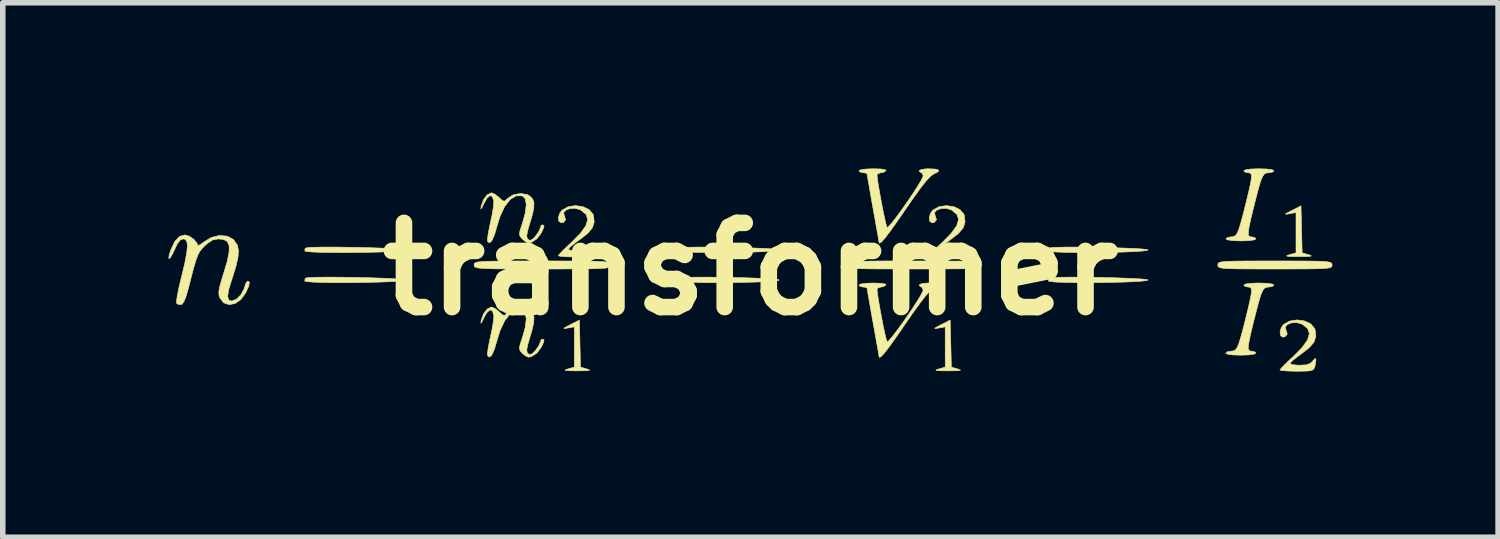
<source format=kicad_pcb>
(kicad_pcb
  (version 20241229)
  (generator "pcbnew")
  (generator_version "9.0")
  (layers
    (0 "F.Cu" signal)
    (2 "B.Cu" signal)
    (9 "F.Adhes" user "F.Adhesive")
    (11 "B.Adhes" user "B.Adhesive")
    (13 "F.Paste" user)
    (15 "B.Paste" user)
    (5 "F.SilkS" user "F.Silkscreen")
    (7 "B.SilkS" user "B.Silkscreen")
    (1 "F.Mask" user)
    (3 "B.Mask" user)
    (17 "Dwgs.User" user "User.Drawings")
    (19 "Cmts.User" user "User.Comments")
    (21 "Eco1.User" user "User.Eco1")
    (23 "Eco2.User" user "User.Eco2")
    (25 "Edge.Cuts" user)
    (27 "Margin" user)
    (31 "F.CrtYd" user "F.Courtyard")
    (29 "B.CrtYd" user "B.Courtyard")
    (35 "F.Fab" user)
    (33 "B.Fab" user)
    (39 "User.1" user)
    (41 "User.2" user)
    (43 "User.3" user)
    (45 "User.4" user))
  (footprint "transformer"
    (layer "F.Cu")
    (at 10.54 1.819)
    (property "Reference" "transformer" (at 0 0 0) (layer "F.SilkS") (effects (font (size 1.524 1.524) (thickness 0.3))))
    (attr through_hole)
    (fp_poly (pts (xy -3.092 1.351) (xy -3.082 1.776) (xy -2.965 1.81) (xy -2.919 1.827) (xy -2.924 1.837) (xy -2.987 1.842) (xy -3.115 1.844) (xy -3.139 1.844) (xy -3.276 1.843) (xy -3.348 1.838) (xy -3.361 1.829) (xy -3.323 1.813) (xy -3.311 1.81) (xy -3.193 1.776) (xy -3.193 1.047) (xy -3.311 1.069) (xy -3.374 1.079) (xy -3.382 1.072) (xy -3.333 1.042) (xy -3.266 1.008) (xy -3.102 0.925) (xy -3.092 1.351)) (stroke (width 0.01) (type solid)) (fill yes) (layer "F.SilkS"))
    (fp_poly (pts (xy 3.621 1.351) (xy 3.631 1.776) (xy 3.748 1.81) (xy 3.794 1.827) (xy 3.789 1.837) (xy 3.726 1.842) (xy 3.598 1.844) (xy 3.574 1.844) (xy 3.437 1.843) (xy 3.365 1.838) (xy 3.351 1.829) (xy 3.39 1.813) (xy 3.402 1.81) (xy 3.52 1.776) (xy 3.52 1.047) (xy 3.402 1.069) (xy 3.339 1.079) (xy 3.33 1.072) (xy 3.38 1.042) (xy 3.447 1.008) (xy 3.61 0.925) (xy 3.621 1.351)) (stroke (width 0.01) (type solid)) (fill yes) (layer "F.SilkS"))
    (fp_poly (pts (xy 9.971 -0.717) (xy 9.981 -0.292) (xy 10.098 -0.258) (xy 10.144 -0.242) (xy 10.139 -0.231) (xy 10.076 -0.226) (xy 9.948 -0.224) (xy 9.924 -0.224) (xy 9.787 -0.225) (xy 9.715 -0.23) (xy 9.701 -0.239) (xy 9.74 -0.255) (xy 9.752 -0.258) (xy 9.87 -0.292) (xy 9.87 -1.022) (xy 9.752 -1) (xy 9.689 -0.99) (xy 9.68 -0.997) (xy 9.73 -1.026) (xy 9.797 -1.06) (xy 9.96 -1.143) (xy 9.971 -0.717)) (stroke (width 0.01) (type solid)) (fill yes) (layer "F.SilkS"))
    (fp_poly (pts (xy -7.534 -0.397) (xy -7.324 -0.394) (xy -7.106 -0.391) (xy -6.89 -0.385) (xy -6.689 -0.378) (xy -6.514 -0.371) (xy -6.378 -0.362) (xy -6.293 -0.353) (xy -6.268 -0.345) (xy -6.306 -0.333) (xy -6.404 -0.322) (xy -6.55 -0.314) (xy -6.733 -0.306) (xy -6.941 -0.301) (xy -7.161 -0.298) (xy -7.382 -0.297) (xy -7.591 -0.298) (xy -7.777 -0.301) (xy -7.927 -0.307) (xy -8.03 -0.315) (xy -8.073 -0.326) (xy -8.073 -0.326) (xy -8.067 -0.369) (xy -8.048 -0.382) (xy -7.992 -0.39) (xy -7.88 -0.394) (xy -7.724 -0.397) (xy -7.534 -0.397)) (stroke (width 0.01) (type solid)) (fill yes) (layer "F.SilkS"))
    (fp_poly (pts (xy -7.534 0.148) (xy -7.324 0.15) (xy -7.106 0.154) (xy -6.89 0.159) (xy -6.689 0.166) (xy -6.514 0.174) (xy -6.378 0.182) (xy -6.293 0.191) (xy -6.268 0.2) (xy -6.306 0.211) (xy -6.404 0.222) (xy -6.55 0.231) (xy -6.733 0.238) (xy -6.941 0.243) (xy -7.161 0.246) (xy -7.382 0.248) (xy -7.591 0.247) (xy -7.777 0.243) (xy -7.927 0.238) (xy -8.03 0.229) (xy -8.073 0.218) (xy -8.073 0.218) (xy -8.067 0.175) (xy -8.048 0.162) (xy -7.992 0.155) (xy -7.88 0.15) (xy -7.724 0.148) (xy -7.534 0.148)) (stroke (width 0.01) (type solid)) (fill yes) (layer "F.SilkS"))
    (fp_poly (pts (xy -0.749 -0.397) (xy -0.539 -0.394) (xy -0.32 -0.391) (xy -0.104 -0.385) (xy 0.097 -0.378) (xy 0.271 -0.371) (xy 0.407 -0.362) (xy 0.493 -0.353) (xy 0.517 -0.345) (xy 0.48 -0.333) (xy 0.382 -0.322) (xy 0.235 -0.314) (xy 0.052 -0.306) (xy -0.155 -0.301) (xy -0.376 -0.298) (xy -0.596 -0.297) (xy -0.806 -0.298) (xy -0.991 -0.301) (xy -1.142 -0.307) (xy -1.244 -0.315) (xy -1.288 -0.326) (xy -1.288 -0.326) (xy -1.282 -0.369) (xy -1.263 -0.382) (xy -1.207 -0.39) (xy -1.095 -0.394) (xy -0.938 -0.397) (xy -0.749 -0.397)) (stroke (width 0.01) (type solid)) (fill yes) (layer "F.SilkS"))
    (fp_poly (pts (xy -0.749 0.148) (xy -0.539 0.15) (xy -0.32 0.154) (xy -0.104 0.159) (xy 0.097 0.166) (xy 0.271 0.174) (xy 0.407 0.182) (xy 0.493 0.191) (xy 0.517 0.2) (xy 0.48 0.211) (xy 0.382 0.222) (xy 0.235 0.231) (xy 0.052 0.238) (xy -0.155 0.243) (xy -0.376 0.246) (xy -0.596 0.248) (xy -0.806 0.247) (xy -0.991 0.243) (xy -1.142 0.238) (xy -1.244 0.229) (xy -1.288 0.218) (xy -1.288 0.218) (xy -1.282 0.175) (xy -1.263 0.162) (xy -1.207 0.155) (xy -1.095 0.15) (xy -0.938 0.148) (xy -0.749 0.148)) (stroke (width 0.01) (type solid)) (fill yes) (layer "F.SilkS"))
    (fp_poly (pts (xy 5.928 -0.397) (xy 6.138 -0.394) (xy 6.356 -0.391) (xy 6.572 -0.385) (xy 6.773 -0.378) (xy 6.948 -0.371) (xy 7.084 -0.362) (xy 7.169 -0.353) (xy 7.194 -0.345) (xy 7.156 -0.333) (xy 7.058 -0.322) (xy 6.912 -0.314) (xy 6.729 -0.306) (xy 6.521 -0.301) (xy 6.301 -0.298) (xy 6.08 -0.297) (xy 5.871 -0.298) (xy 5.685 -0.301) (xy 5.535 -0.307) (xy 5.432 -0.315) (xy 5.389 -0.326) (xy 5.389 -0.326) (xy 5.395 -0.369) (xy 5.414 -0.382) (xy 5.47 -0.39) (xy 5.582 -0.394) (xy 5.738 -0.397) (xy 5.928 -0.397)) (stroke (width 0.01) (type solid)) (fill yes) (layer "F.SilkS"))
    (fp_poly (pts (xy 5.928 0.148) (xy 6.138 0.15) (xy 6.356 0.154) (xy 6.572 0.159) (xy 6.773 0.166) (xy 6.948 0.174) (xy 7.084 0.182) (xy 7.169 0.191) (xy 7.194 0.2) (xy 7.156 0.211) (xy 7.058 0.222) (xy 6.912 0.231) (xy 6.729 0.238) (xy 6.521 0.243) (xy 6.301 0.246) (xy 6.08 0.248) (xy 5.871 0.247) (xy 5.685 0.243) (xy 5.535 0.238) (xy 5.432 0.229) (xy 5.389 0.218) (xy 5.389 0.218) (xy 5.395 0.175) (xy 5.414 0.162) (xy 5.47 0.155) (xy 5.582 0.15) (xy 5.738 0.148) (xy 5.928 0.148)) (stroke (width 0.01) (type solid)) (fill yes) (layer "F.SilkS"))
    (fp_poly (pts (xy -3.442 -0.145) (xy -3.176 -0.144) (xy -2.968 -0.143) (xy -2.812 -0.14) (xy -2.699 -0.135) (xy -2.622 -0.128) (xy -2.575 -0.119) (xy -2.551 -0.106) (xy -2.541 -0.09) (xy -2.54 -0.073) (xy -2.542 -0.053) (xy -2.553 -0.037) (xy -2.579 -0.025) (xy -2.628 -0.016) (xy -2.708 -0.009) (xy -2.825 -0.005) (xy -2.987 -0.002) (xy -3.2 -0.001) (xy -3.472 -0.000087) (xy -3.774 0) (xy -4.105 -0.000114) (xy -4.371 -0.001) (xy -4.579 -0.002) (xy -4.736 -0.005) (xy -4.849 -0.01) (xy -4.925 -0.017) (xy -4.972 -0.026) (xy -4.997 -0.039) (xy -5.006 -0.055) (xy -5.007 -0.073) (xy -5.005 -0.092) (xy -4.995 -0.108) (xy -4.968 -0.12) (xy -4.919 -0.129) (xy -4.839 -0.136) (xy -4.722 -0.14) (xy -4.561 -0.143) (xy -4.347 -0.145) (xy -4.075 -0.145) (xy -3.774 -0.145) (xy -3.442 -0.145)) (stroke (width 0.01) (type solid)) (fill yes) (layer "F.SilkS"))
    (fp_poly (pts (xy 3.286 -0.145) (xy 3.549 -0.144) (xy 3.755 -0.143) (xy 3.909 -0.14) (xy 4.02 -0.135) (xy 4.094 -0.128) (xy 4.14 -0.118) (xy 4.163 -0.105) (xy 4.172 -0.089) (xy 4.173 -0.073) (xy 4.171 -0.053) (xy 4.16 -0.037) (xy 4.134 -0.025) (xy 4.084 -0.016) (xy 4.003 -0.009) (xy 3.885 -0.005) (xy 3.722 -0.002) (xy 3.507 -0.001) (xy 3.233 -0.000071) (xy 2.957 0) (xy 2.629 -0.000117) (xy 2.365 -0.001) (xy 2.16 -0.002) (xy 2.005 -0.005) (xy 1.895 -0.01) (xy 1.82 -0.017) (xy 1.775 -0.027) (xy 1.752 -0.04) (xy 1.743 -0.056) (xy 1.742 -0.073) (xy 1.744 -0.092) (xy 1.754 -0.108) (xy 1.781 -0.12) (xy 1.831 -0.129) (xy 1.911 -0.136) (xy 2.029 -0.14) (xy 2.192 -0.143) (xy 2.407 -0.145) (xy 2.682 -0.145) (xy 2.957 -0.145) (xy 3.286 -0.145)) (stroke (width 0.01) (type solid)) (fill yes) (layer "F.SilkS"))
    (fp_poly (pts (xy 9.789 -0.145) (xy 10.025 -0.144) (xy 10.204 -0.142) (xy 10.334 -0.138) (xy 10.423 -0.132) (xy 10.478 -0.123) (xy 10.508 -0.111) (xy 10.52 -0.094) (xy 10.523 -0.073) (xy 10.523 -0.073) (xy 10.521 -0.051) (xy 10.509 -0.035) (xy 10.48 -0.022) (xy 10.425 -0.013) (xy 10.337 -0.007) (xy 10.209 -0.003) (xy 10.031 -0.001) (xy 9.797 -0.000166) (xy 9.498 0) (xy 9.489 0) (xy 9.188 -0.000155) (xy 8.952 -0.001) (xy 8.773 -0.003) (xy 8.643 -0.007) (xy 8.554 -0.013) (xy 8.499 -0.022) (xy 8.469 -0.035) (xy 8.457 -0.051) (xy 8.455 -0.072) (xy 8.455 -0.073) (xy 8.457 -0.094) (xy 8.469 -0.11) (xy 8.498 -0.123) (xy 8.552 -0.132) (xy 8.64 -0.138) (xy 8.769 -0.142) (xy 8.946 -0.144) (xy 9.181 -0.145) (xy 9.479 -0.145) (xy 9.489 -0.145) (xy 9.789 -0.145)) (stroke (width 0.01) (type solid)) (fill yes) (layer "F.SilkS"))
    (fp_poly (pts (xy 9.336 -1.81) (xy 9.431 -1.798) (xy 9.47 -1.78) (xy 9.471 -1.778) (xy 9.439 -1.751) (xy 9.379 -1.742) (xy 9.334 -1.738) (xy 9.298 -1.719) (xy 9.266 -1.676) (xy 9.233 -1.598) (xy 9.196 -1.476) (xy 9.15 -1.301) (xy 9.108 -1.136) (xy 9.057 -0.927) (xy 9.024 -0.778) (xy 9.007 -0.679) (xy 9.007 -0.62) (xy 9.022 -0.591) (xy 9.052 -0.581) (xy 9.071 -0.581) (xy 9.13 -0.565) (xy 9.144 -0.544) (xy 9.11 -0.526) (xy 9.019 -0.513) (xy 8.885 -0.508) (xy 8.872 -0.508) (xy 8.735 -0.513) (xy 8.639 -0.525) (xy 8.6 -0.543) (xy 8.6 -0.544) (xy 8.631 -0.571) (xy 8.691 -0.581) (xy 8.736 -0.585) (xy 8.772 -0.603) (xy 8.805 -0.647) (xy 8.837 -0.724) (xy 8.874 -0.846) (xy 8.921 -1.021) (xy 8.962 -1.186) (xy 9.013 -1.395) (xy 9.046 -1.544) (xy 9.063 -1.643) (xy 9.064 -1.702) (xy 9.049 -1.731) (xy 9.019 -1.741) (xy 8.999 -1.742) (xy 8.94 -1.757) (xy 8.926 -1.778) (xy 8.96 -1.796) (xy 9.051 -1.809) (xy 9.186 -1.814) (xy 9.198 -1.814) (xy 9.336 -1.81)) (stroke (width 0.01) (type solid)) (fill yes) (layer "F.SilkS"))
    (fp_poly (pts (xy 9.336 0.259) (xy 9.431 0.271) (xy 9.47 0.289) (xy 9.471 0.29) (xy 9.439 0.317) (xy 9.379 0.327) (xy 9.334 0.331) (xy 9.298 0.349) (xy 9.266 0.393) (xy 9.233 0.47) (xy 9.196 0.592) (xy 9.15 0.767) (xy 9.108 0.932) (xy 9.057 1.141) (xy 9.024 1.29) (xy 9.007 1.389) (xy 9.007 1.448) (xy 9.022 1.477) (xy 9.052 1.487) (xy 9.071 1.488) (xy 9.13 1.503) (xy 9.144 1.524) (xy 9.11 1.542) (xy 9.019 1.555) (xy 8.885 1.56) (xy 8.872 1.56) (xy 8.735 1.556) (xy 8.639 1.544) (xy 8.6 1.526) (xy 8.6 1.524) (xy 8.631 1.497) (xy 8.691 1.488) (xy 8.736 1.484) (xy 8.772 1.465) (xy 8.805 1.422) (xy 8.837 1.344) (xy 8.874 1.222) (xy 8.921 1.047) (xy 8.962 0.882) (xy 9.013 0.673) (xy 9.046 0.524) (xy 9.063 0.425) (xy 9.064 0.366) (xy 9.049 0.337) (xy 9.019 0.327) (xy 8.999 0.327) (xy 8.94 0.311) (xy 8.926 0.29) (xy 8.96 0.272) (xy 9.051 0.259) (xy 9.186 0.254) (xy 9.198 0.254) (xy 9.336 0.259)) (stroke (width 0.01) (type solid)) (fill yes) (layer "F.SilkS"))
    (fp_poly (pts (xy -3.041 -1.129) (xy -2.928 -1.076) (xy -2.856 -0.993) (xy -2.846 -0.964) (xy -2.834 -0.846) (xy -2.868 -0.743) (xy -2.956 -0.641) (xy -3.084 -0.541) (xy -3.19 -0.463) (xy -3.268 -0.398) (xy -3.302 -0.36) (xy -3.302 -0.358) (xy -3.269 -0.34) (xy -3.186 -0.329) (xy -3.123 -0.327) (xy -3.003 -0.334) (xy -2.931 -0.361) (xy -2.887 -0.407) (xy -2.846 -0.45) (xy -2.83 -0.428) (xy -2.842 -0.345) (xy -2.853 -0.299) (xy -2.869 -0.259) (xy -2.9 -0.235) (xy -2.963 -0.223) (xy -3.072 -0.218) (xy -3.179 -0.218) (xy -3.318 -0.22) (xy -3.423 -0.227) (xy -3.479 -0.237) (xy -3.483 -0.241) (xy -3.458 -0.274) (xy -3.392 -0.343) (xy -3.295 -0.436) (xy -3.244 -0.483) (xy -3.082 -0.647) (xy -2.985 -0.783) (xy -2.951 -0.896) (xy -2.981 -0.988) (xy -3.072 -1.064) (xy -3.087 -1.072) (xy -3.179 -1.098) (xy -3.273 -1.093) (xy -3.348 -1.064) (xy -3.388 -1.017) (xy -3.373 -0.96) (xy -3.372 -0.958) (xy -3.351 -0.892) (xy -3.388 -0.844) (xy -3.431 -0.835) (xy -3.473 -0.862) (xy -3.482 -0.928) (xy -3.46 -1.007) (xy -3.418 -1.064) (xy -3.307 -1.126) (xy -3.174 -1.147) (xy -3.041 -1.129)) (stroke (width 0.01) (type solid)) (fill yes) (layer "F.SilkS"))
    (fp_poly (pts (xy 3.672 -1.129) (xy 3.785 -1.076) (xy 3.857 -0.993) (xy 3.867 -0.964) (xy 3.879 -0.846) (xy 3.845 -0.743) (xy 3.757 -0.641) (xy 3.628 -0.541) (xy 3.523 -0.463) (xy 3.445 -0.398) (xy 3.411 -0.36) (xy 3.411 -0.358) (xy 3.443 -0.34) (xy 3.527 -0.329) (xy 3.59 -0.327) (xy 3.71 -0.334) (xy 3.782 -0.361) (xy 3.826 -0.407) (xy 3.867 -0.45) (xy 3.882 -0.428) (xy 3.871 -0.345) (xy 3.86 -0.299) (xy 3.844 -0.259) (xy 3.813 -0.235) (xy 3.75 -0.223) (xy 3.641 -0.218) (xy 3.534 -0.218) (xy 3.395 -0.22) (xy 3.29 -0.227) (xy 3.234 -0.237) (xy 3.229 -0.241) (xy 3.254 -0.274) (xy 3.321 -0.343) (xy 3.418 -0.436) (xy 3.469 -0.483) (xy 3.631 -0.647) (xy 3.728 -0.783) (xy 3.762 -0.896) (xy 3.732 -0.988) (xy 3.64 -1.064) (xy 3.626 -1.072) (xy 3.533 -1.098) (xy 3.44 -1.093) (xy 3.365 -1.064) (xy 3.325 -1.017) (xy 3.34 -0.96) (xy 3.341 -0.958) (xy 3.362 -0.892) (xy 3.324 -0.844) (xy 3.282 -0.835) (xy 3.24 -0.862) (xy 3.231 -0.928) (xy 3.253 -1.007) (xy 3.295 -1.064) (xy 3.406 -1.126) (xy 3.538 -1.147) (xy 3.672 -1.129)) (stroke (width 0.01) (type solid)) (fill yes) (layer "F.SilkS"))
    (fp_poly (pts (xy 10.022 0.94) (xy 10.135 0.992) (xy 10.207 1.076) (xy 10.217 1.104) (xy 10.229 1.222) (xy 10.195 1.325) (xy 10.107 1.427) (xy 9.978 1.527) (xy 9.873 1.605) (xy 9.795 1.67) (xy 9.761 1.708) (xy 9.761 1.711) (xy 9.793 1.728) (xy 9.877 1.74) (xy 9.94 1.742) (xy 10.06 1.735) (xy 10.132 1.707) (xy 10.176 1.661) (xy 10.217 1.618) (xy 10.232 1.64) (xy 10.221 1.723) (xy 10.21 1.769) (xy 10.194 1.809) (xy 10.163 1.833) (xy 10.1 1.846) (xy 9.991 1.85) (xy 9.884 1.851) (xy 9.745 1.848) (xy 9.64 1.841) (xy 9.584 1.832) (xy 9.579 1.828) (xy 9.604 1.795) (xy 9.671 1.725) (xy 9.768 1.632) (xy 9.819 1.586) (xy 9.981 1.422) (xy 10.078 1.285) (xy 10.112 1.172) (xy 10.082 1.08) (xy 9.99 1.004) (xy 9.976 0.997) (xy 9.883 0.97) (xy 9.79 0.975) (xy 9.715 1.005) (xy 9.675 1.051) (xy 9.69 1.108) (xy 9.691 1.11) (xy 9.712 1.176) (xy 9.674 1.225) (xy 9.632 1.234) (xy 9.59 1.206) (xy 9.581 1.14) (xy 9.603 1.061) (xy 9.645 1.004) (xy 9.756 0.942) (xy 9.888 0.922) (xy 10.022 0.94)) (stroke (width 0.01) (type solid)) (fill yes) (layer "F.SilkS"))
    (fp_poly (pts (xy 2.355 0.259) (xy 2.435 0.272) (xy 2.449 0.29) (xy 2.398 0.321) (xy 2.356 0.327) (xy 2.299 0.345) (xy 2.286 0.37) (xy 2.293 0.438) (xy 2.31 0.553) (xy 2.335 0.7) (xy 2.365 0.861) (xy 2.396 1.02) (xy 2.426 1.16) (xy 2.45 1.264) (xy 2.466 1.316) (xy 2.467 1.318) (xy 2.496 1.301) (xy 2.554 1.234) (xy 2.635 1.13) (xy 2.73 1.001) (xy 2.83 0.859) (xy 2.927 0.716) (xy 3.012 0.584) (xy 3.078 0.476) (xy 3.115 0.402) (xy 3.121 0.382) (xy 3.101 0.333) (xy 3.084 0.327) (xy 3.049 0.299) (xy 3.048 0.29) (xy 3.081 0.27) (xy 3.164 0.256) (xy 3.229 0.254) (xy 3.351 0.261) (xy 3.404 0.281) (xy 3.387 0.312) (xy 3.311 0.349) (xy 3.256 0.388) (xy 3.176 0.473) (xy 3.069 0.61) (xy 2.931 0.801) (xy 2.799 0.992) (xy 2.639 1.224) (xy 2.515 1.398) (xy 2.424 1.516) (xy 2.363 1.583) (xy 2.33 1.602) (xy 2.322 1.583) (xy 2.316 1.545) (xy 2.299 1.447) (xy 2.273 1.302) (xy 2.241 1.122) (xy 2.213 0.968) (xy 2.177 0.767) (xy 2.147 0.593) (xy 2.123 0.457) (xy 2.108 0.37) (xy 2.105 0.346) (xy 2.074 0.33) (xy 2.032 0.327) (xy 1.973 0.311) (xy 1.959 0.29) (xy 1.993 0.272) (xy 2.083 0.259) (xy 2.214 0.254) (xy 2.216 0.254) (xy 2.355 0.259)) (stroke (width 0.01) (type solid)) (fill yes) (layer "F.SilkS"))
    (fp_poly (pts (xy 3.351 -1.807) (xy 3.404 -1.787) (xy 3.387 -1.756) (xy 3.311 -1.719) (xy 3.256 -1.68) (xy 3.176 -1.595) (xy 3.069 -1.459) (xy 2.931 -1.267) (xy 2.799 -1.076) (xy 2.639 -0.844) (xy 2.515 -0.671) (xy 2.424 -0.552) (xy 2.363 -0.485) (xy 2.33 -0.466) (xy 2.322 -0.485) (xy 2.316 -0.523) (xy 2.299 -0.621) (xy 2.273 -0.766) (xy 2.241 -0.947) (xy 2.213 -1.101) (xy 2.177 -1.301) (xy 2.147 -1.475) (xy 2.123 -1.612) (xy 2.108 -1.698) (xy 2.105 -1.723) (xy 2.074 -1.738) (xy 2.032 -1.742) (xy 1.973 -1.757) (xy 1.959 -1.778) (xy 1.993 -1.797) (xy 2.083 -1.809) (xy 2.214 -1.814) (xy 2.216 -1.814) (xy 2.355 -1.81) (xy 2.435 -1.796) (xy 2.449 -1.778) (xy 2.398 -1.748) (xy 2.356 -1.742) (xy 2.299 -1.723) (xy 2.286 -1.698) (xy 2.293 -1.631) (xy 2.31 -1.515) (xy 2.335 -1.369) (xy 2.365 -1.208) (xy 2.396 -1.049) (xy 2.426 -0.909) (xy 2.45 -0.804) (xy 2.466 -0.752) (xy 2.467 -0.75) (xy 2.496 -0.768) (xy 2.554 -0.834) (xy 2.635 -0.938) (xy 2.73 -1.067) (xy 2.83 -1.209) (xy 2.927 -1.352) (xy 3.012 -1.484) (xy 3.078 -1.593) (xy 3.115 -1.666) (xy 3.121 -1.687) (xy 3.101 -1.735) (xy 3.084 -1.742) (xy 3.049 -1.769) (xy 3.048 -1.778) (xy 3.081 -1.799) (xy 3.164 -1.812) (xy 3.229 -1.814) (xy 3.351 -1.807)) (stroke (width 0.01) (type solid)) (fill yes) (layer "F.SilkS"))
    (fp_poly (pts (xy -4.633 -1.355) (xy -4.559 -1.297) (xy -4.554 -1.292) (xy -4.493 -1.236) (xy -4.455 -1.228) (xy -4.412 -1.267) (xy -4.406 -1.273) (xy -4.3 -1.343) (xy -4.167 -1.368) (xy -4.041 -1.345) (xy -4.009 -1.328) (xy -3.951 -1.273) (xy -3.924 -1.197) (xy -3.929 -1.089) (xy -3.966 -0.935) (xy -3.999 -0.828) (xy -4.039 -0.691) (xy -4.055 -0.605) (xy -4.047 -0.555) (xy -4.032 -0.535) (xy -3.992 -0.516) (xy -3.942 -0.545) (xy -3.898 -0.592) (xy -3.84 -0.672) (xy -3.811 -0.739) (xy -3.81 -0.746) (xy -3.79 -0.793) (xy -3.774 -0.798) (xy -3.743 -0.789) (xy -3.746 -0.752) (xy -3.783 -0.67) (xy -3.792 -0.652) (xy -3.871 -0.547) (xy -3.969 -0.483) (xy -4.025 -0.472) (xy -4.077 -0.495) (xy -4.135 -0.543) (xy -4.173 -0.585) (xy -4.188 -0.626) (xy -4.179 -0.687) (xy -4.146 -0.79) (xy -4.135 -0.821) (xy -4.082 -1.012) (xy -4.064 -1.165) (xy -4.082 -1.272) (xy -4.135 -1.324) (xy -4.247 -1.324) (xy -4.355 -1.258) (xy -4.454 -1.132) (xy -4.539 -0.95) (xy -4.588 -0.792) (xy -4.64 -0.615) (xy -4.688 -0.508) (xy -4.732 -0.473) (xy -4.765 -0.498) (xy -4.766 -0.545) (xy -4.752 -0.644) (xy -4.726 -0.777) (xy -4.713 -0.835) (xy -4.681 -0.986) (xy -4.659 -1.12) (xy -4.651 -1.213) (xy -4.652 -1.23) (xy -4.678 -1.312) (xy -4.722 -1.328) (xy -4.777 -1.278) (xy -4.827 -1.191) (xy -4.868 -1.107) (xy -4.885 -1.086) (xy -4.882 -1.126) (xy -4.878 -1.143) (xy -4.836 -1.258) (xy -4.77 -1.344) (xy -4.695 -1.379) (xy -4.692 -1.379) (xy -4.633 -1.355)) (stroke (width 0.01) (type solid)) (fill yes) (layer "F.SilkS"))
    (fp_poly (pts (xy -4.633 0.713) (xy -4.559 0.771) (xy -4.554 0.776) (xy -4.493 0.832) (xy -4.455 0.84) (xy -4.412 0.802) (xy -4.406 0.795) (xy -4.3 0.725) (xy -4.167 0.7) (xy -4.041 0.724) (xy -4.009 0.741) (xy -3.951 0.796) (xy -3.924 0.871) (xy -3.929 0.979) (xy -3.966 1.133) (xy -3.999 1.24) (xy -4.039 1.377) (xy -4.055 1.463) (xy -4.047 1.514) (xy -4.032 1.533) (xy -3.992 1.553) (xy -3.942 1.523) (xy -3.898 1.477) (xy -3.84 1.396) (xy -3.811 1.33) (xy -3.81 1.322) (xy -3.79 1.275) (xy -3.774 1.27) (xy -3.743 1.279) (xy -3.746 1.316) (xy -3.783 1.398) (xy -3.792 1.416) (xy -3.871 1.521) (xy -3.969 1.585) (xy -4.025 1.597) (xy -4.077 1.573) (xy -4.135 1.525) (xy -4.173 1.483) (xy -4.188 1.442) (xy -4.179 1.381) (xy -4.146 1.278) (xy -4.135 1.248) (xy -4.082 1.057) (xy -4.064 0.903) (xy -4.082 0.796) (xy -4.135 0.744) (xy -4.247 0.744) (xy -4.355 0.81) (xy -4.454 0.937) (xy -4.539 1.118) (xy -4.588 1.276) (xy -4.64 1.453) (xy -4.688 1.56) (xy -4.732 1.596) (xy -4.765 1.57) (xy -4.766 1.523) (xy -4.752 1.424) (xy -4.726 1.291) (xy -4.713 1.233) (xy -4.681 1.082) (xy -4.659 0.949) (xy -4.651 0.856) (xy -4.652 0.838) (xy -4.678 0.756) (xy -4.722 0.741) (xy -4.777 0.79) (xy -4.827 0.877) (xy -4.868 0.961) (xy -4.885 0.982) (xy -4.882 0.943) (xy -4.878 0.925) (xy -4.836 0.81) (xy -4.77 0.725) (xy -4.695 0.689) (xy -4.692 0.689) (xy -4.633 0.713)) (stroke (width 0.01) (type solid)) (fill yes) (layer "F.SilkS"))
    (fp_poly (pts (xy -10.162 -0.593) (xy -10.079 -0.535) (xy -10.023 -0.465) (xy -10.015 -0.432) (xy -9.991 -0.428) (xy -9.932 -0.464) (xy -9.905 -0.485) (xy -9.764 -0.571) (xy -9.617 -0.607) (xy -9.478 -0.594) (xy -9.365 -0.535) (xy -9.293 -0.431) (xy -9.292 -0.428) (xy -9.274 -0.335) (xy -9.281 -0.217) (xy -9.315 -0.062) (xy -9.378 0.143) (xy -9.396 0.196) (xy -9.45 0.373) (xy -9.469 0.492) (xy -9.452 0.559) (xy -9.4 0.581) (xy -9.399 0.581) (xy -9.311 0.548) (xy -9.228 0.466) (xy -9.17 0.354) (xy -9.161 0.322) (xy -9.135 0.248) (xy -9.105 0.218) (xy -9.075 0.239) (xy -9.086 0.307) (xy -9.14 0.427) (xy -9.141 0.429) (xy -9.229 0.552) (xy -9.334 0.625) (xy -9.443 0.646) (xy -9.54 0.613) (xy -9.61 0.524) (xy -9.627 0.469) (xy -9.628 0.402) (xy -9.61 0.308) (xy -9.57 0.169) (xy -9.544 0.087) (xy -9.477 -0.138) (xy -9.443 -0.306) (xy -9.442 -0.423) (xy -9.475 -0.496) (xy -9.544 -0.534) (xy -9.64 -0.544) (xy -9.744 -0.524) (xy -9.847 -0.453) (xy -9.885 -0.418) (xy -9.936 -0.365) (xy -9.976 -0.312) (xy -10.01 -0.248) (xy -10.043 -0.159) (xy -10.08 -0.035) (xy -10.126 0.139) (xy -10.169 0.308) (xy -10.217 0.481) (xy -10.259 0.589) (xy -10.297 0.64) (xy -10.311 0.646) (xy -10.375 0.637) (xy -10.393 0.621) (xy -10.394 0.573) (xy -10.378 0.471) (xy -10.349 0.328) (xy -10.309 0.159) (xy -10.306 0.149) (xy -10.247 -0.098) (xy -10.211 -0.284) (xy -10.198 -0.414) (xy -10.207 -0.496) (xy -10.238 -0.537) (xy -10.272 -0.544) (xy -10.328 -0.524) (xy -10.381 -0.454) (xy -10.424 -0.363) (xy -10.478 -0.25) (xy -10.517 -0.193) (xy -10.535 -0.192) (xy -10.528 -0.251) (xy -10.502 -0.334) (xy -10.428 -0.495) (xy -10.342 -0.588) (xy -10.245 -0.617) (xy -10.162 -0.593)) (stroke (width 0.01) (type solid)) (fill yes) (layer "F.SilkS")))
  (gr_rect
    (start -3 -3)
    (end 24.068 6.675)
    (stroke (width 0.1) (type default))
    (fill no)
    (layer "Edge.Cuts")))
</source>
